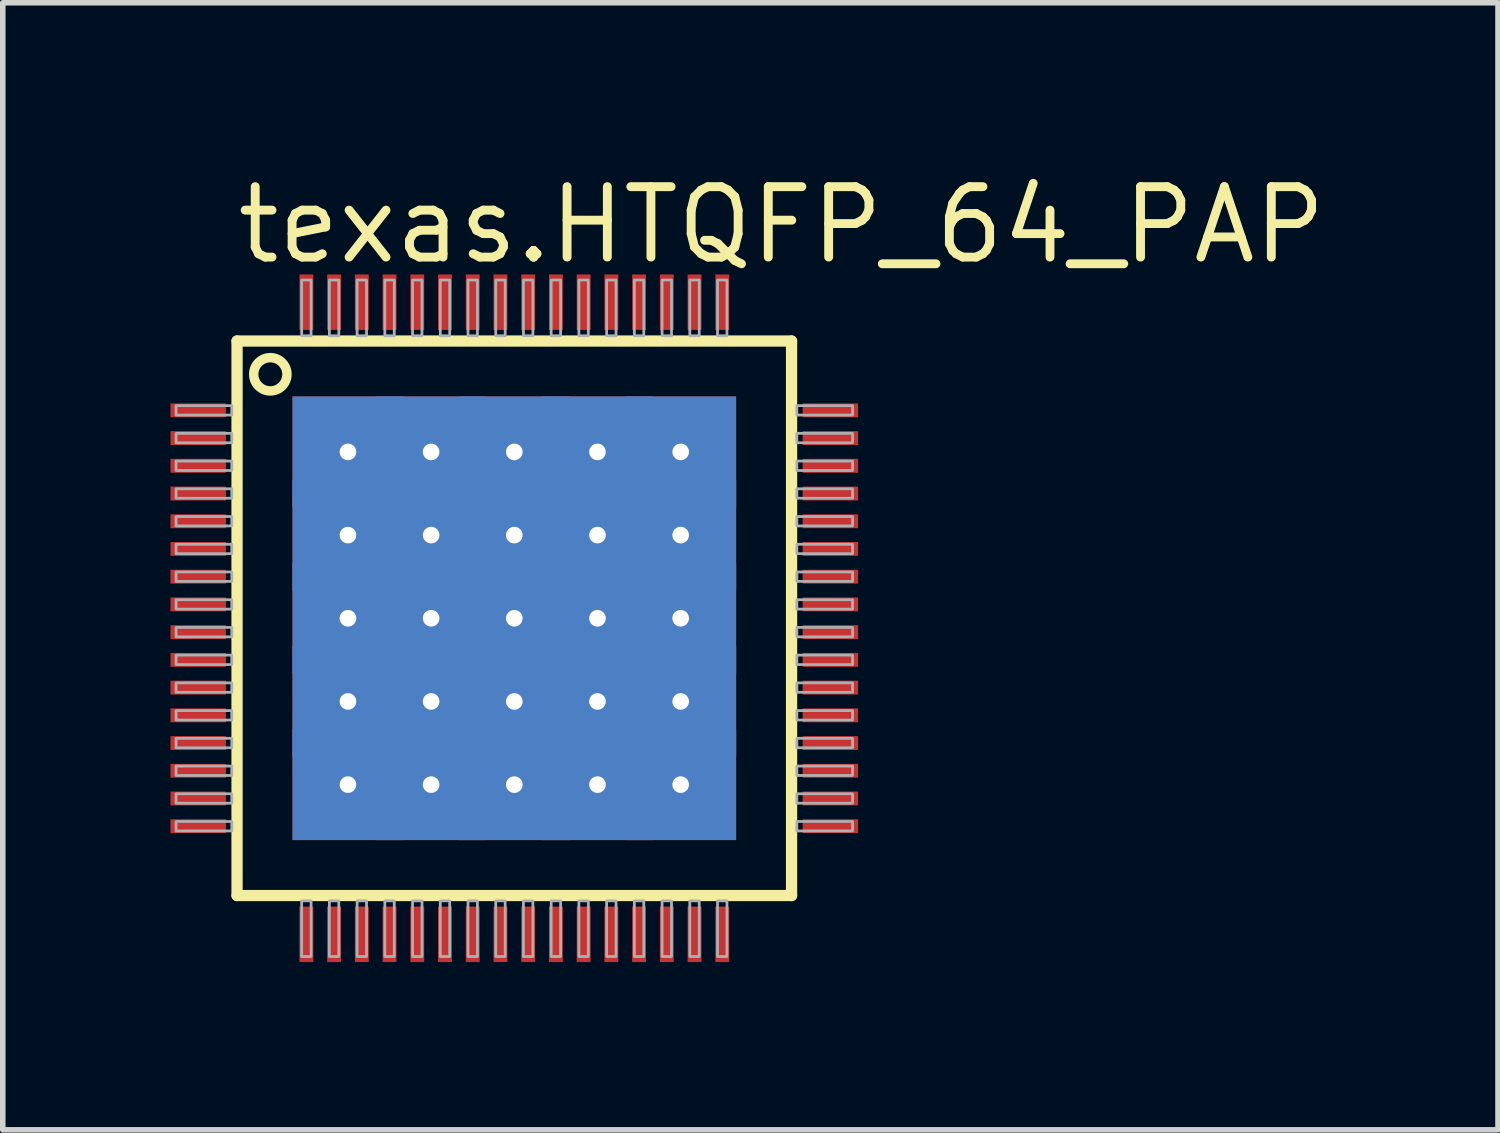
<source format=kicad_pcb>
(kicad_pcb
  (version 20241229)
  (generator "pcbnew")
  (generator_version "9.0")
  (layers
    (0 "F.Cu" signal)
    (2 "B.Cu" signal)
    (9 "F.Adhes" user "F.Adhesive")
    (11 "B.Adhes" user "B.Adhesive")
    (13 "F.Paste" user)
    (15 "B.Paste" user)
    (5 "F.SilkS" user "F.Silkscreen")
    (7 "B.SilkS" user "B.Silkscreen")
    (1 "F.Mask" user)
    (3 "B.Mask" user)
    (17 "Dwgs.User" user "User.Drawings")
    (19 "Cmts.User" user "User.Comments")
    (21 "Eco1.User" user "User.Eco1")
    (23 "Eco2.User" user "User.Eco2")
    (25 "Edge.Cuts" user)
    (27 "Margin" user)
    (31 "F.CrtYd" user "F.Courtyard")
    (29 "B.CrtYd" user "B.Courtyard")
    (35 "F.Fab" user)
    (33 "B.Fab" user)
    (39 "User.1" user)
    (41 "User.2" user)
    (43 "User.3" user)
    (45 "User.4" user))
  (footprint "texas.HTQFP_64_PAP"
    (layer "F.Cu")
    (at 6.225 8.1)
    (property "Reference" "texas.HTQFP_64_PAP" (at -5.08 -6.35 0) (layer "F.SilkS") (effects (font (size 1.27 1.27) (thickness 0.16)) (justify left bottom)))
    (attr smd)
    (fp_rect (start -6.2 -3.625) (end -5.2 -3.875) (stroke (width 0.05) (type default)) (fill yes) (layer "F.Mask"))
    (fp_rect (start -6.2 -3.125) (end -5.2 -3.375) (stroke (width 0.05) (type default)) (fill yes) (layer "F.Mask"))
    (fp_rect (start -6.2 -2.625) (end -5.2 -2.875) (stroke (width 0.05) (type default)) (fill yes) (layer "F.Mask"))
    (fp_rect (start -6.2 -2.125) (end -5.2 -2.375) (stroke (width 0.05) (type default)) (fill yes) (layer "F.Mask"))
    (fp_rect (start -6.2 -1.625) (end -5.2 -1.875) (stroke (width 0.05) (type default)) (fill yes) (layer "F.Mask"))
    (fp_rect (start -6.2 -1.125) (end -5.2 -1.375) (stroke (width 0.05) (type default)) (fill yes) (layer "F.Mask"))
    (fp_rect (start -6.2 -0.625) (end -5.2 -0.875) (stroke (width 0.05) (type default)) (fill yes) (layer "F.Mask"))
    (fp_rect (start -6.2 -0.125) (end -5.2 -0.375) (stroke (width 0.05) (type default)) (fill yes) (layer "F.Mask"))
    (fp_rect (start -6.2 0.375) (end -5.2 0.125) (stroke (width 0.05) (type default)) (fill yes) (layer "F.Mask"))
    (fp_rect (start -6.2 0.875) (end -5.2 0.625) (stroke (width 0.05) (type default)) (fill yes) (layer "F.Mask"))
    (fp_rect (start -6.2 1.375) (end -5.2 1.125) (stroke (width 0.05) (type default)) (fill yes) (layer "F.Mask"))
    (fp_rect (start -6.2 1.875) (end -5.2 1.625) (stroke (width 0.05) (type default)) (fill yes) (layer "F.Mask"))
    (fp_rect (start -6.2 2.375) (end -5.2 2.125) (stroke (width 0.05) (type default)) (fill yes) (layer "F.Mask"))
    (fp_rect (start -6.2 2.875) (end -5.2 2.625) (stroke (width 0.05) (type default)) (fill yes) (layer "F.Mask"))
    (fp_rect (start -6.2 3.375) (end -5.2 3.125) (stroke (width 0.05) (type default)) (fill yes) (layer "F.Mask"))
    (fp_rect (start -6.2 3.875) (end -5.2 3.625) (stroke (width 0.05) (type default)) (fill yes) (layer "F.Mask"))
    (fp_rect (start -4 4) (end 4 -4) (stroke (width 0.05) (type default)) (fill yes) (layer "F.Mask"))
    (fp_rect (start -3.875 -5.2) (end -3.625 -6.2) (stroke (width 0.05) (type default)) (fill yes) (layer "F.Mask"))
    (fp_rect (start -3.875 6.2) (end -3.625 5.2) (stroke (width 0.05) (type default)) (fill yes) (layer "F.Mask"))
    (fp_rect (start -3.375 -5.2) (end -3.125 -6.2) (stroke (width 0.05) (type default)) (fill yes) (layer "F.Mask"))
    (fp_rect (start -3.375 6.2) (end -3.125 5.2) (stroke (width 0.05) (type default)) (fill yes) (layer "F.Mask"))
    (fp_rect (start -2.875 -5.2) (end -2.625 -6.2) (stroke (width 0.05) (type default)) (fill yes) (layer "F.Mask"))
    (fp_rect (start -2.875 6.2) (end -2.625 5.2) (stroke (width 0.05) (type default)) (fill yes) (layer "F.Mask"))
    (fp_rect (start -2.375 -5.2) (end -2.125 -6.2) (stroke (width 0.05) (type default)) (fill yes) (layer "F.Mask"))
    (fp_rect (start -2.375 6.2) (end -2.125 5.2) (stroke (width 0.05) (type default)) (fill yes) (layer "F.Mask"))
    (fp_rect (start -1.875 -5.2) (end -1.625 -6.2) (stroke (width 0.05) (type default)) (fill yes) (layer "F.Mask"))
    (fp_rect (start -1.875 6.2) (end -1.625 5.2) (stroke (width 0.05) (type default)) (fill yes) (layer "F.Mask"))
    (fp_rect (start -1.375 -5.2) (end -1.125 -6.2) (stroke (width 0.05) (type default)) (fill yes) (layer "F.Mask"))
    (fp_rect (start -1.375 6.2) (end -1.125 5.2) (stroke (width 0.05) (type default)) (fill yes) (layer "F.Mask"))
    (fp_rect (start -0.875 -5.2) (end -0.625 -6.2) (stroke (width 0.05) (type default)) (fill yes) (layer "F.Mask"))
    (fp_rect (start -0.875 6.2) (end -0.625 5.2) (stroke (width 0.05) (type default)) (fill yes) (layer "F.Mask"))
    (fp_rect (start -0.375 -5.2) (end -0.125 -6.2) (stroke (width 0.05) (type default)) (fill yes) (layer "F.Mask"))
    (fp_rect (start -0.375 6.2) (end -0.125 5.2) (stroke (width 0.05) (type default)) (fill yes) (layer "F.Mask"))
    (fp_rect (start 0.125 -5.2) (end 0.375 -6.2) (stroke (width 0.05) (type default)) (fill yes) (layer "F.Mask"))
    (fp_rect (start 0.125 6.2) (end 0.375 5.2) (stroke (width 0.05) (type default)) (fill yes) (layer "F.Mask"))
    (fp_rect (start 0.625 -5.2) (end 0.875 -6.2) (stroke (width 0.05) (type default)) (fill yes) (layer "F.Mask"))
    (fp_rect (start 0.625 6.2) (end 0.875 5.2) (stroke (width 0.05) (type default)) (fill yes) (layer "F.Mask"))
    (fp_rect (start 1.125 -5.2) (end 1.375 -6.2) (stroke (width 0.05) (type default)) (fill yes) (layer "F.Mask"))
    (fp_rect (start 1.125 6.2) (end 1.375 5.2) (stroke (width 0.05) (type default)) (fill yes) (layer "F.Mask"))
    (fp_rect (start 1.625 -5.2) (end 1.875 -6.2) (stroke (width 0.05) (type default)) (fill yes) (layer "F.Mask"))
    (fp_rect (start 1.625 6.2) (end 1.875 5.2) (stroke (width 0.05) (type default)) (fill yes) (layer "F.Mask"))
    (fp_rect (start 2.125 -5.2) (end 2.375 -6.2) (stroke (width 0.05) (type default)) (fill yes) (layer "F.Mask"))
    (fp_rect (start 2.125 6.2) (end 2.375 5.2) (stroke (width 0.05) (type default)) (fill yes) (layer "F.Mask"))
    (fp_rect (start 2.625 -5.2) (end 2.875 -6.2) (stroke (width 0.05) (type default)) (fill yes) (layer "F.Mask"))
    (fp_rect (start 2.625 6.2) (end 2.875 5.2) (stroke (width 0.05) (type default)) (fill yes) (layer "F.Mask"))
    (fp_rect (start 3.125 -5.2) (end 3.375 -6.2) (stroke (width 0.05) (type default)) (fill yes) (layer "F.Mask"))
    (fp_rect (start 3.125 6.2) (end 3.375 5.2) (stroke (width 0.05) (type default)) (fill yes) (layer "F.Mask"))
    (fp_rect (start 3.625 -5.2) (end 3.875 -6.2) (stroke (width 0.05) (type default)) (fill yes) (layer "F.Mask"))
    (fp_rect (start 3.625 6.2) (end 3.875 5.2) (stroke (width 0.05) (type default)) (fill yes) (layer "F.Mask"))
    (fp_rect (start 5.2 -3.625) (end 6.2 -3.875) (stroke (width 0.05) (type default)) (fill yes) (layer "F.Mask"))
    (fp_rect (start 5.2 -3.125) (end 6.2 -3.375) (stroke (width 0.05) (type default)) (fill yes) (layer "F.Mask"))
    (fp_rect (start 5.2 -2.625) (end 6.2 -2.875) (stroke (width 0.05) (type default)) (fill yes) (layer "F.Mask"))
    (fp_rect (start 5.2 -2.125) (end 6.2 -2.375) (stroke (width 0.05) (type default)) (fill yes) (layer "F.Mask"))
    (fp_rect (start 5.2 -1.625) (end 6.2 -1.875) (stroke (width 0.05) (type default)) (fill yes) (layer "F.Mask"))
    (fp_rect (start 5.2 -1.125) (end 6.2 -1.375) (stroke (width 0.05) (type default)) (fill yes) (layer "F.Mask"))
    (fp_rect (start 5.2 -0.625) (end 6.2 -0.875) (stroke (width 0.05) (type default)) (fill yes) (layer "F.Mask"))
    (fp_rect (start 5.2 -0.125) (end 6.2 -0.375) (stroke (width 0.05) (type default)) (fill yes) (layer "F.Mask"))
    (fp_rect (start 5.2 0.375) (end 6.2 0.125) (stroke (width 0.05) (type default)) (fill yes) (layer "F.Mask"))
    (fp_rect (start 5.2 0.875) (end 6.2 0.625) (stroke (width 0.05) (type default)) (fill yes) (layer "F.Mask"))
    (fp_rect (start 5.2 1.375) (end 6.2 1.125) (stroke (width 0.05) (type default)) (fill yes) (layer "F.Mask"))
    (fp_rect (start 5.2 1.875) (end 6.2 1.625) (stroke (width 0.05) (type default)) (fill yes) (layer "F.Mask"))
    (fp_rect (start 5.2 2.375) (end 6.2 2.125) (stroke (width 0.05) (type default)) (fill yes) (layer "F.Mask"))
    (fp_rect (start 5.2 2.875) (end 6.2 2.625) (stroke (width 0.05) (type default)) (fill yes) (layer "F.Mask"))
    (fp_rect (start 5.2 3.375) (end 6.2 3.125) (stroke (width 0.05) (type default)) (fill yes) (layer "F.Mask"))
    (fp_rect (start 5.2 3.875) (end 6.2 3.625) (stroke (width 0.05) (type default)) (fill yes) (layer "F.Mask"))
    (fp_line (start -5 -5) (end 5 -5) (stroke (width 0.203) (type default)) (layer "F.SilkS"))
    (fp_line (start -5 5) (end -5 -5) (stroke (width 0.203) (type default)) (layer "F.SilkS"))
    (fp_line (start 5 -5) (end 5 5) (stroke (width 0.203) (type default)) (layer "F.SilkS"))
    (fp_line (start 5 5) (end -5 5) (stroke (width 0.203) (type default)) (layer "F.SilkS"))
    (fp_circle (center -4.4 -4.4) (end -4.1 -4.4) (stroke (width 0.17) (type default)) (fill no) (layer "F.SilkS"))
    (fp_rect (start -6.2 -3.625) (end -5.2 -3.875) (stroke (width 0.05) (type default)) (fill yes) (layer "F.Paste"))
    (fp_rect (start -6.2 -3.125) (end -5.2 -3.375) (stroke (width 0.05) (type default)) (fill yes) (layer "F.Paste"))
    (fp_rect (start -6.2 -2.625) (end -5.2 -2.875) (stroke (width 0.05) (type default)) (fill yes) (layer "F.Paste"))
    (fp_rect (start -6.2 -2.125) (end -5.2 -2.375) (stroke (width 0.05) (type default)) (fill yes) (layer "F.Paste"))
    (fp_rect (start -6.2 -1.625) (end -5.2 -1.875) (stroke (width 0.05) (type default)) (fill yes) (layer "F.Paste"))
    (fp_rect (start -6.2 -1.125) (end -5.2 -1.375) (stroke (width 0.05) (type default)) (fill yes) (layer "F.Paste"))
    (fp_rect (start -6.2 -0.625) (end -5.2 -0.875) (stroke (width 0.05) (type default)) (fill yes) (layer "F.Paste"))
    (fp_rect (start -6.2 -0.125) (end -5.2 -0.375) (stroke (width 0.05) (type default)) (fill yes) (layer "F.Paste"))
    (fp_rect (start -6.2 0.375) (end -5.2 0.125) (stroke (width 0.05) (type default)) (fill yes) (layer "F.Paste"))
    (fp_rect (start -6.2 0.875) (end -5.2 0.625) (stroke (width 0.05) (type default)) (fill yes) (layer "F.Paste"))
    (fp_rect (start -6.2 1.375) (end -5.2 1.125) (stroke (width 0.05) (type default)) (fill yes) (layer "F.Paste"))
    (fp_rect (start -6.2 1.875) (end -5.2 1.625) (stroke (width 0.05) (type default)) (fill yes) (layer "F.Paste"))
    (fp_rect (start -6.2 2.375) (end -5.2 2.125) (stroke (width 0.05) (type default)) (fill yes) (layer "F.Paste"))
    (fp_rect (start -6.2 2.875) (end -5.2 2.625) (stroke (width 0.05) (type default)) (fill yes) (layer "F.Paste"))
    (fp_rect (start -6.2 3.375) (end -5.2 3.125) (stroke (width 0.05) (type default)) (fill yes) (layer "F.Paste"))
    (fp_rect (start -6.2 3.875) (end -5.2 3.625) (stroke (width 0.05) (type default)) (fill yes) (layer "F.Paste"))
    (fp_rect (start -3.875 -5.2) (end -3.625 -6.2) (stroke (width 0.05) (type default)) (fill yes) (layer "F.Paste"))
    (fp_rect (start -3.875 6.2) (end -3.625 5.2) (stroke (width 0.05) (type default)) (fill yes) (layer "F.Paste"))
    (fp_rect (start -3.375 -5.2) (end -3.125 -6.2) (stroke (width 0.05) (type default)) (fill yes) (layer "F.Paste"))
    (fp_rect (start -3.375 6.2) (end -3.125 5.2) (stroke (width 0.05) (type default)) (fill yes) (layer "F.Paste"))
    (fp_rect (start -2.875 -5.2) (end -2.625 -6.2) (stroke (width 0.05) (type default)) (fill yes) (layer "F.Paste"))
    (fp_rect (start -2.875 6.2) (end -2.625 5.2) (stroke (width 0.05) (type default)) (fill yes) (layer "F.Paste"))
    (fp_rect (start -2.375 -5.2) (end -2.125 -6.2) (stroke (width 0.05) (type default)) (fill yes) (layer "F.Paste"))
    (fp_rect (start -2.375 6.2) (end -2.125 5.2) (stroke (width 0.05) (type default)) (fill yes) (layer "F.Paste"))
    (fp_rect (start -1.875 -5.2) (end -1.625 -6.2) (stroke (width 0.05) (type default)) (fill yes) (layer "F.Paste"))
    (fp_rect (start -1.875 6.2) (end -1.625 5.2) (stroke (width 0.05) (type default)) (fill yes) (layer "F.Paste"))
    (fp_rect (start -1.375 -5.2) (end -1.125 -6.2) (stroke (width 0.05) (type default)) (fill yes) (layer "F.Paste"))
    (fp_rect (start -1.375 6.2) (end -1.125 5.2) (stroke (width 0.05) (type default)) (fill yes) (layer "F.Paste"))
    (fp_rect (start -0.875 -5.2) (end -0.625 -6.2) (stroke (width 0.05) (type default)) (fill yes) (layer "F.Paste"))
    (fp_rect (start -0.875 6.2) (end -0.625 5.2) (stroke (width 0.05) (type default)) (fill yes) (layer "F.Paste"))
    (fp_rect (start -0.375 -5.2) (end -0.125 -6.2) (stroke (width 0.05) (type default)) (fill yes) (layer "F.Paste"))
    (fp_rect (start -0.375 6.2) (end -0.125 5.2) (stroke (width 0.05) (type default)) (fill yes) (layer "F.Paste"))
    (fp_rect (start 0.125 -5.2) (end 0.375 -6.2) (stroke (width 0.05) (type default)) (fill yes) (layer "F.Paste"))
    (fp_rect (start 0.125 6.2) (end 0.375 5.2) (stroke (width 0.05) (type default)) (fill yes) (layer "F.Paste"))
    (fp_rect (start 0.625 -5.2) (end 0.875 -6.2) (stroke (width 0.05) (type default)) (fill yes) (layer "F.Paste"))
    (fp_rect (start 0.625 6.2) (end 0.875 5.2) (stroke (width 0.05) (type default)) (fill yes) (layer "F.Paste"))
    (fp_rect (start 1.125 -5.2) (end 1.375 -6.2) (stroke (width 0.05) (type default)) (fill yes) (layer "F.Paste"))
    (fp_rect (start 1.125 6.2) (end 1.375 5.2) (stroke (width 0.05) (type default)) (fill yes) (layer "F.Paste"))
    (fp_rect (start 1.625 -5.2) (end 1.875 -6.2) (stroke (width 0.05) (type default)) (fill yes) (layer "F.Paste"))
    (fp_rect (start 1.625 6.2) (end 1.875 5.2) (stroke (width 0.05) (type default)) (fill yes) (layer "F.Paste"))
    (fp_rect (start 2.125 -5.2) (end 2.375 -6.2) (stroke (width 0.05) (type default)) (fill yes) (layer "F.Paste"))
    (fp_rect (start 2.125 6.2) (end 2.375 5.2) (stroke (width 0.05) (type default)) (fill yes) (layer "F.Paste"))
    (fp_rect (start 2.625 -5.2) (end 2.875 -6.2) (stroke (width 0.05) (type default)) (fill yes) (layer "F.Paste"))
    (fp_rect (start 2.625 6.2) (end 2.875 5.2) (stroke (width 0.05) (type default)) (fill yes) (layer "F.Paste"))
    (fp_rect (start 3.125 -5.2) (end 3.375 -6.2) (stroke (width 0.05) (type default)) (fill yes) (layer "F.Paste"))
    (fp_rect (start 3.125 6.2) (end 3.375 5.2) (stroke (width 0.05) (type default)) (fill yes) (layer "F.Paste"))
    (fp_rect (start 3.625 -5.2) (end 3.875 -6.2) (stroke (width 0.05) (type default)) (fill yes) (layer "F.Paste"))
    (fp_rect (start 3.625 6.2) (end 3.875 5.2) (stroke (width 0.05) (type default)) (fill yes) (layer "F.Paste"))
    (fp_rect (start 5.2 -3.625) (end 6.2 -3.875) (stroke (width 0.05) (type default)) (fill yes) (layer "F.Paste"))
    (fp_rect (start 5.2 -3.125) (end 6.2 -3.375) (stroke (width 0.05) (type default)) (fill yes) (layer "F.Paste"))
    (fp_rect (start 5.2 -2.625) (end 6.2 -2.875) (stroke (width 0.05) (type default)) (fill yes) (layer "F.Paste"))
    (fp_rect (start 5.2 -2.125) (end 6.2 -2.375) (stroke (width 0.05) (type default)) (fill yes) (layer "F.Paste"))
    (fp_rect (start 5.2 -1.625) (end 6.2 -1.875) (stroke (width 0.05) (type default)) (fill yes) (layer "F.Paste"))
    (fp_rect (start 5.2 -1.125) (end 6.2 -1.375) (stroke (width 0.05) (type default)) (fill yes) (layer "F.Paste"))
    (fp_rect (start 5.2 -0.625) (end 6.2 -0.875) (stroke (width 0.05) (type default)) (fill yes) (layer "F.Paste"))
    (fp_rect (start 5.2 -0.125) (end 6.2 -0.375) (stroke (width 0.05) (type default)) (fill yes) (layer "F.Paste"))
    (fp_rect (start 5.2 0.375) (end 6.2 0.125) (stroke (width 0.05) (type default)) (fill yes) (layer "F.Paste"))
    (fp_rect (start 5.2 0.875) (end 6.2 0.625) (stroke (width 0.05) (type default)) (fill yes) (layer "F.Paste"))
    (fp_rect (start 5.2 1.375) (end 6.2 1.125) (stroke (width 0.05) (type default)) (fill yes) (layer "F.Paste"))
    (fp_rect (start 5.2 1.875) (end 6.2 1.625) (stroke (width 0.05) (type default)) (fill yes) (layer "F.Paste"))
    (fp_rect (start 5.2 2.375) (end 6.2 2.125) (stroke (width 0.05) (type default)) (fill yes) (layer "F.Paste"))
    (fp_rect (start 5.2 2.875) (end 6.2 2.625) (stroke (width 0.05) (type default)) (fill yes) (layer "F.Paste"))
    (fp_rect (start 5.2 3.375) (end 6.2 3.125) (stroke (width 0.05) (type default)) (fill yes) (layer "F.Paste"))
    (fp_rect (start 5.2 3.875) (end 6.2 3.625) (stroke (width 0.05) (type default)) (fill yes) (layer "F.Paste"))
    (fp_rect (start -6.1 -3.665) (end -5.095 -3.835) (stroke (width 0.05) (type default)) (fill no) (layer "F.Fab"))
    (fp_rect (start -6.1 -3.165) (end -5.095 -3.335) (stroke (width 0.05) (type default)) (fill no) (layer "F.Fab"))
    (fp_rect (start -6.1 -2.665) (end -5.095 -2.835) (stroke (width 0.05) (type default)) (fill no) (layer "F.Fab"))
    (fp_rect (start -6.1 -2.165) (end -5.095 -2.335) (stroke (width 0.05) (type default)) (fill no) (layer "F.Fab"))
    (fp_rect (start -6.1 -1.665) (end -5.095 -1.835) (stroke (width 0.05) (type default)) (fill no) (layer "F.Fab"))
    (fp_rect (start -6.1 -1.165) (end -5.095 -1.335) (stroke (width 0.05) (type default)) (fill no) (layer "F.Fab"))
    (fp_rect (start -6.1 -0.665) (end -5.095 -0.835) (stroke (width 0.05) (type default)) (fill no) (layer "F.Fab"))
    (fp_rect (start -6.1 -0.165) (end -5.095 -0.335) (stroke (width 0.05) (type default)) (fill no) (layer "F.Fab"))
    (fp_rect (start -6.1 0.335) (end -5.095 0.165) (stroke (width 0.05) (type default)) (fill no) (layer "F.Fab"))
    (fp_rect (start -6.1 0.835) (end -5.095 0.665) (stroke (width 0.05) (type default)) (fill no) (layer "F.Fab"))
    (fp_rect (start -6.1 1.335) (end -5.095 1.165) (stroke (width 0.05) (type default)) (fill no) (layer "F.Fab"))
    (fp_rect (start -6.1 1.835) (end -5.095 1.665) (stroke (width 0.05) (type default)) (fill no) (layer "F.Fab"))
    (fp_rect (start -6.1 2.335) (end -5.095 2.165) (stroke (width 0.05) (type default)) (fill no) (layer "F.Fab"))
    (fp_rect (start -6.1 2.835) (end -5.095 2.665) (stroke (width 0.05) (type default)) (fill no) (layer "F.Fab"))
    (fp_rect (start -6.1 3.335) (end -5.095 3.165) (stroke (width 0.05) (type default)) (fill no) (layer "F.Fab"))
    (fp_rect (start -6.1 3.835) (end -5.095 3.665) (stroke (width 0.05) (type default)) (fill no) (layer "F.Fab"))
    (fp_rect (start -3.835 -5.095) (end -3.665 -6.1) (stroke (width 0.05) (type default)) (fill no) (layer "F.Fab"))
    (fp_rect (start -3.835 6.1) (end -3.665 5.095) (stroke (width 0.05) (type default)) (fill no) (layer "F.Fab"))
    (fp_rect (start -3.335 -5.095) (end -3.165 -6.1) (stroke (width 0.05) (type default)) (fill no) (layer "F.Fab"))
    (fp_rect (start -3.335 6.1) (end -3.165 5.095) (stroke (width 0.05) (type default)) (fill no) (layer "F.Fab"))
    (fp_rect (start -2.835 -5.095) (end -2.665 -6.1) (stroke (width 0.05) (type default)) (fill no) (layer "F.Fab"))
    (fp_rect (start -2.835 6.1) (end -2.665 5.095) (stroke (width 0.05) (type default)) (fill no) (layer "F.Fab"))
    (fp_rect (start -2.335 -5.095) (end -2.165 -6.1) (stroke (width 0.05) (type default)) (fill no) (layer "F.Fab"))
    (fp_rect (start -2.335 6.1) (end -2.165 5.095) (stroke (width 0.05) (type default)) (fill no) (layer "F.Fab"))
    (fp_rect (start -1.835 -5.095) (end -1.665 -6.1) (stroke (width 0.05) (type default)) (fill no) (layer "F.Fab"))
    (fp_rect (start -1.835 6.1) (end -1.665 5.095) (stroke (width 0.05) (type default)) (fill no) (layer "F.Fab"))
    (fp_rect (start -1.335 -5.095) (end -1.165 -6.1) (stroke (width 0.05) (type default)) (fill no) (layer "F.Fab"))
    (fp_rect (start -1.335 6.1) (end -1.165 5.095) (stroke (width 0.05) (type default)) (fill no) (layer "F.Fab"))
    (fp_rect (start -0.835 -5.095) (end -0.665 -6.1) (stroke (width 0.05) (type default)) (fill no) (layer "F.Fab"))
    (fp_rect (start -0.835 6.1) (end -0.665 5.095) (stroke (width 0.05) (type default)) (fill no) (layer "F.Fab"))
    (fp_rect (start -0.335 -5.095) (end -0.165 -6.1) (stroke (width 0.05) (type default)) (fill no) (layer "F.Fab"))
    (fp_rect (start -0.335 6.1) (end -0.165 5.095) (stroke (width 0.05) (type default)) (fill no) (layer "F.Fab"))
    (fp_rect (start 0.165 -5.095) (end 0.335 -6.1) (stroke (width 0.05) (type default)) (fill no) (layer "F.Fab"))
    (fp_rect (start 0.165 6.1) (end 0.335 5.095) (stroke (width 0.05) (type default)) (fill no) (layer "F.Fab"))
    (fp_rect (start 0.665 -5.095) (end 0.835 -6.1) (stroke (width 0.05) (type default)) (fill no) (layer "F.Fab"))
    (fp_rect (start 0.665 6.1) (end 0.835 5.095) (stroke (width 0.05) (type default)) (fill no) (layer "F.Fab"))
    (fp_rect (start 1.165 -5.095) (end 1.335 -6.1) (stroke (width 0.05) (type default)) (fill no) (layer "F.Fab"))
    (fp_rect (start 1.165 6.1) (end 1.335 5.095) (stroke (width 0.05) (type default)) (fill no) (layer "F.Fab"))
    (fp_rect (start 1.665 -5.095) (end 1.835 -6.1) (stroke (width 0.05) (type default)) (fill no) (layer "F.Fab"))
    (fp_rect (start 1.665 6.1) (end 1.835 5.095) (stroke (width 0.05) (type default)) (fill no) (layer "F.Fab"))
    (fp_rect (start 2.165 -5.095) (end 2.335 -6.1) (stroke (width 0.05) (type default)) (fill no) (layer "F.Fab"))
    (fp_rect (start 2.165 6.1) (end 2.335 5.095) (stroke (width 0.05) (type default)) (fill no) (layer "F.Fab"))
    (fp_rect (start 2.665 -5.095) (end 2.835 -6.1) (stroke (width 0.05) (type default)) (fill no) (layer "F.Fab"))
    (fp_rect (start 2.665 6.1) (end 2.835 5.095) (stroke (width 0.05) (type default)) (fill no) (layer "F.Fab"))
    (fp_rect (start 3.165 -5.095) (end 3.335 -6.1) (stroke (width 0.05) (type default)) (fill no) (layer "F.Fab"))
    (fp_rect (start 3.165 6.1) (end 3.335 5.095) (stroke (width 0.05) (type default)) (fill no) (layer "F.Fab"))
    (fp_rect (start 3.665 -5.095) (end 3.835 -6.1) (stroke (width 0.05) (type default)) (fill no) (layer "F.Fab"))
    (fp_rect (start 3.665 6.1) (end 3.835 5.095) (stroke (width 0.05) (type default)) (fill no) (layer "F.Fab"))
    (fp_rect (start 5.095 -3.665) (end 6.1 -3.835) (stroke (width 0.05) (type default)) (fill no) (layer "F.Fab"))
    (fp_rect (start 5.095 -3.165) (end 6.1 -3.335) (stroke (width 0.05) (type default)) (fill no) (layer "F.Fab"))
    (fp_rect (start 5.095 -2.665) (end 6.1 -2.835) (stroke (width 0.05) (type default)) (fill no) (layer "F.Fab"))
    (fp_rect (start 5.095 -2.165) (end 6.1 -2.335) (stroke (width 0.05) (type default)) (fill no) (layer "F.Fab"))
    (fp_rect (start 5.095 -1.665) (end 6.1 -1.835) (stroke (width 0.05) (type default)) (fill no) (layer "F.Fab"))
    (fp_rect (start 5.095 -1.165) (end 6.1 -1.335) (stroke (width 0.05) (type default)) (fill no) (layer "F.Fab"))
    (fp_rect (start 5.095 -0.665) (end 6.1 -0.835) (stroke (width 0.05) (type default)) (fill no) (layer "F.Fab"))
    (fp_rect (start 5.095 -0.165) (end 6.1 -0.335) (stroke (width 0.05) (type default)) (fill no) (layer "F.Fab"))
    (fp_rect (start 5.095 0.335) (end 6.1 0.165) (stroke (width 0.05) (type default)) (fill no) (layer "F.Fab"))
    (fp_rect (start 5.095 0.835) (end 6.1 0.665) (stroke (width 0.05) (type default)) (fill no) (layer "F.Fab"))
    (fp_rect (start 5.095 1.335) (end 6.1 1.165) (stroke (width 0.05) (type default)) (fill no) (layer "F.Fab"))
    (fp_rect (start 5.095 1.835) (end 6.1 1.665) (stroke (width 0.05) (type default)) (fill no) (layer "F.Fab"))
    (fp_rect (start 5.095 2.335) (end 6.1 2.165) (stroke (width 0.05) (type default)) (fill no) (layer "F.Fab"))
    (fp_rect (start 5.095 2.835) (end 6.1 2.665) (stroke (width 0.05) (type default)) (fill no) (layer "F.Fab"))
    (fp_rect (start 5.095 3.335) (end 6.1 3.165) (stroke (width 0.05) (type default)) (fill no) (layer "F.Fab"))
    (fp_rect (start 5.095 3.835) (end 6.1 3.665) (stroke (width 0.05) (type default)) (fill no) (layer "F.Fab"))
    (pad "1" smd roundrect (at -5.7 -3.75) (size 1 0.25) (layers "F.Cu" "F.Mask" "F.Paste") (roundrect_rratio 0.01))
    (pad "2" smd roundrect (at -5.7 -3.25) (size 1 0.25) (layers "F.Cu" "F.Mask" "F.Paste") (roundrect_rratio 0.01))
    (pad "3" smd roundrect (at -5.7 -2.75) (size 1 0.25) (layers "F.Cu" "F.Mask" "F.Paste") (roundrect_rratio 0.01))
    (pad "4" smd roundrect (at -5.7 -2.25) (size 1 0.25) (layers "F.Cu" "F.Mask" "F.Paste") (roundrect_rratio 0.01))
    (pad "5" smd roundrect (at -5.7 -1.75) (size 1 0.25) (layers "F.Cu" "F.Mask" "F.Paste") (roundrect_rratio 0.01))
    (pad "6" smd roundrect (at -5.7 -1.25) (size 1 0.25) (layers "F.Cu" "F.Mask" "F.Paste") (roundrect_rratio 0.01))
    (pad "7" smd roundrect (at -5.7 -0.75) (size 1 0.25) (layers "F.Cu" "F.Mask" "F.Paste") (roundrect_rratio 0.01))
    (pad "8" smd roundrect (at -5.7 -0.25) (size 1 0.25) (layers "F.Cu" "F.Mask" "F.Paste") (roundrect_rratio 0.01))
    (pad "9" smd roundrect (at -5.7 0.25) (size 1 0.25) (layers "F.Cu" "F.Mask" "F.Paste") (roundrect_rratio 0.01))
    (pad "10" smd roundrect (at -5.7 0.75) (size 1 0.25) (layers "F.Cu" "F.Mask" "F.Paste") (roundrect_rratio 0.01))
    (pad "11" smd roundrect (at -5.7 1.25) (size 1 0.25) (layers "F.Cu" "F.Mask" "F.Paste") (roundrect_rratio 0.01))
    (pad "12" smd roundrect (at -5.7 1.75) (size 1 0.25) (layers "F.Cu" "F.Mask" "F.Paste") (roundrect_rratio 0.01))
    (pad "13" smd roundrect (at -5.7 2.25) (size 1 0.25) (layers "F.Cu" "F.Mask" "F.Paste") (roundrect_rratio 0.01))
    (pad "14" smd roundrect (at -5.7 2.75) (size 1 0.25) (layers "F.Cu" "F.Mask" "F.Paste") (roundrect_rratio 0.01))
    (pad "15" smd roundrect (at -5.7 3.25) (size 1 0.25) (layers "F.Cu" "F.Mask" "F.Paste") (roundrect_rratio 0.01))
    (pad "16" smd roundrect (at -5.7 3.75) (size 1 0.25) (layers "F.Cu" "F.Mask" "F.Paste") (roundrect_rratio 0.01))
    (pad "17" smd roundrect (at -3.75 5.7 90) (size 1 0.25) (layers "F.Cu" "F.Mask" "F.Paste") (roundrect_rratio 0.01))
    (pad "18" smd roundrect (at -3.25 5.7 90) (size 1 0.25) (layers "F.Cu" "F.Mask" "F.Paste") (roundrect_rratio 0.01))
    (pad "19" smd roundrect (at -2.75 5.7 90) (size 1 0.25) (layers "F.Cu" "F.Mask" "F.Paste") (roundrect_rratio 0.01))
    (pad "20" smd roundrect (at -2.25 5.7 90) (size 1 0.25) (layers "F.Cu" "F.Mask" "F.Paste") (roundrect_rratio 0.01))
    (pad "21" smd roundrect (at -1.75 5.7 90) (size 1 0.25) (layers "F.Cu" "F.Mask" "F.Paste") (roundrect_rratio 0.01))
    (pad "22" smd roundrect (at -1.25 5.7 90) (size 1 0.25) (layers "F.Cu" "F.Mask" "F.Paste") (roundrect_rratio 0.01))
    (pad "23" smd roundrect (at -0.75 5.7 90) (size 1 0.25) (layers "F.Cu" "F.Mask" "F.Paste") (roundrect_rratio 0.01))
    (pad "24" smd roundrect (at -0.25 5.7 90) (size 1 0.25) (layers "F.Cu" "F.Mask" "F.Paste") (roundrect_rratio 0.01))
    (pad "25" smd roundrect (at 0.25 5.7 90) (size 1 0.25) (layers "F.Cu" "F.Mask" "F.Paste") (roundrect_rratio 0.01))
    (pad "26" smd roundrect (at 0.75 5.7 90) (size 1 0.25) (layers "F.Cu" "F.Mask" "F.Paste") (roundrect_rratio 0.01))
    (pad "27" smd roundrect (at 1.25 5.7 90) (size 1 0.25) (layers "F.Cu" "F.Mask" "F.Paste") (roundrect_rratio 0.01))
    (pad "28" smd roundrect (at 1.75 5.7 90) (size 1 0.25) (layers "F.Cu" "F.Mask" "F.Paste") (roundrect_rratio 0.01))
    (pad "29" smd roundrect (at 2.25 5.7 90) (size 1 0.25) (layers "F.Cu" "F.Mask" "F.Paste") (roundrect_rratio 0.01))
    (pad "30" smd roundrect (at 2.75 5.7 90) (size 1 0.25) (layers "F.Cu" "F.Mask" "F.Paste") (roundrect_rratio 0.01))
    (pad "31" smd roundrect (at 3.25 5.7 90) (size 1 0.25) (layers "F.Cu" "F.Mask" "F.Paste") (roundrect_rratio 0.01))
    (pad "32" smd roundrect (at 3.75 5.7 90) (size 1 0.25) (layers "F.Cu" "F.Mask" "F.Paste") (roundrect_rratio 0.01))
    (pad "33" smd roundrect (at 5.7 3.75 180) (size 1 0.25) (layers "F.Cu" "F.Mask" "F.Paste") (roundrect_rratio 0.01))
    (pad "34" smd roundrect (at 5.7 3.25 180) (size 1 0.25) (layers "F.Cu" "F.Mask" "F.Paste") (roundrect_rratio 0.01))
    (pad "35" smd roundrect (at 5.7 2.75 180) (size 1 0.25) (layers "F.Cu" "F.Mask" "F.Paste") (roundrect_rratio 0.01))
    (pad "36" smd roundrect (at 5.7 2.25 180) (size 1 0.25) (layers "F.Cu" "F.Mask" "F.Paste") (roundrect_rratio 0.01))
    (pad "37" smd roundrect (at 5.7 1.75 180) (size 1 0.25) (layers "F.Cu" "F.Mask" "F.Paste") (roundrect_rratio 0.01))
    (pad "38" smd roundrect (at 5.7 1.25 180) (size 1 0.25) (layers "F.Cu" "F.Mask" "F.Paste") (roundrect_rratio 0.01))
    (pad "39" smd roundrect (at 5.7 0.75 180) (size 1 0.25) (layers "F.Cu" "F.Mask" "F.Paste") (roundrect_rratio 0.01))
    (pad "40" smd roundrect (at 5.7 0.25 180) (size 1 0.25) (layers "F.Cu" "F.Mask" "F.Paste") (roundrect_rratio 0.01))
    (pad "41" smd roundrect (at 5.7 -0.25 180) (size 1 0.25) (layers "F.Cu" "F.Mask" "F.Paste") (roundrect_rratio 0.01))
    (pad "42" smd roundrect (at 5.7 -0.75 180) (size 1 0.25) (layers "F.Cu" "F.Mask" "F.Paste") (roundrect_rratio 0.01))
    (pad "43" smd roundrect (at 5.7 -1.25 180) (size 1 0.25) (layers "F.Cu" "F.Mask" "F.Paste") (roundrect_rratio 0.01))
    (pad "44" smd roundrect (at 5.7 -1.75 180) (size 1 0.25) (layers "F.Cu" "F.Mask" "F.Paste") (roundrect_rratio 0.01))
    (pad "45" smd roundrect (at 5.7 -2.25 180) (size 1 0.25) (layers "F.Cu" "F.Mask" "F.Paste") (roundrect_rratio 0.01))
    (pad "46" smd roundrect (at 5.7 -2.75 180) (size 1 0.25) (layers "F.Cu" "F.Mask" "F.Paste") (roundrect_rratio 0.01))
    (pad "47" smd roundrect (at 5.7 -3.25 180) (size 1 0.25) (layers "F.Cu" "F.Mask" "F.Paste") (roundrect_rratio 0.01))
    (pad "48" smd roundrect (at 5.7 -3.75 180) (size 1 0.25) (layers "F.Cu" "F.Mask" "F.Paste") (roundrect_rratio 0.01))
    (pad "49" smd roundrect (at 3.75 -5.7 270) (size 1 0.25) (layers "F.Cu" "F.Mask" "F.Paste") (roundrect_rratio 0.01))
    (pad "50" smd roundrect (at 3.25 -5.7 270) (size 1 0.25) (layers "F.Cu" "F.Mask" "F.Paste") (roundrect_rratio 0.01))
    (pad "51" smd roundrect (at 2.75 -5.7 270) (size 1 0.25) (layers "F.Cu" "F.Mask" "F.Paste") (roundrect_rratio 0.01))
    (pad "52" smd roundrect (at 2.25 -5.7 270) (size 1 0.25) (layers "F.Cu" "F.Mask" "F.Paste") (roundrect_rratio 0.01))
    (pad "53" smd roundrect (at 1.75 -5.7 270) (size 1 0.25) (layers "F.Cu" "F.Mask" "F.Paste") (roundrect_rratio 0.01))
    (pad "54" smd roundrect (at 1.25 -5.7 270) (size 1 0.25) (layers "F.Cu" "F.Mask" "F.Paste") (roundrect_rratio 0.01))
    (pad "55" smd roundrect (at 0.75 -5.7 270) (size 1 0.25) (layers "F.Cu" "F.Mask" "F.Paste") (roundrect_rratio 0.01))
    (pad "56" smd roundrect (at 0.25 -5.7 270) (size 1 0.25) (layers "F.Cu" "F.Mask" "F.Paste") (roundrect_rratio 0.01))
    (pad "57" smd roundrect (at -0.25 -5.7 270) (size 1 0.25) (layers "F.Cu" "F.Mask" "F.Paste") (roundrect_rratio 0.01))
    (pad "58" smd roundrect (at -0.75 -5.7 270) (size 1 0.25) (layers "F.Cu" "F.Mask" "F.Paste") (roundrect_rratio 0.01))
    (pad "59" smd roundrect (at -1.25 -5.7 270) (size 1 0.25) (layers "F.Cu" "F.Mask" "F.Paste") (roundrect_rratio 0.01))
    (pad "60" smd roundrect (at -1.75 -5.7 270) (size 1 0.25) (layers "F.Cu" "F.Mask" "F.Paste") (roundrect_rratio 0.01))
    (pad "61" smd roundrect (at -2.25 -5.7 270) (size 1 0.25) (layers "F.Cu" "F.Mask" "F.Paste") (roundrect_rratio 0.01))
    (pad "62" smd roundrect (at -2.75 -5.7 270) (size 1 0.25) (layers "F.Cu" "F.Mask" "F.Paste") (roundrect_rratio 0.01))
    (pad "63" smd roundrect (at -3.25 -5.7 270) (size 1 0.25) (layers "F.Cu" "F.Mask" "F.Paste") (roundrect_rratio 0.01))
    (pad "64" smd roundrect (at -3.75 -5.7 270) (size 1 0.25) (layers "F.Cu" "F.Mask" "F.Paste") (roundrect_rratio 0.01))
    (pad "EXP1" thru_hole rect (at -3 -3) (size 2 2) (drill 0.3) (layers "*.Cu" "*.Mask"))
    (pad "EXP2" thru_hole rect (at -1.5 -3) (size 2 2) (drill 0.3) (layers "*.Cu" "*.Mask"))
    (pad "EXP3" thru_hole rect (at 0 -3) (size 2 2) (drill 0.3) (layers "*.Cu" "*.Mask"))
    (pad "EXP4" thru_hole rect (at 1.5 -3) (size 2 2) (drill 0.3) (layers "*.Cu" "*.Mask"))
    (pad "EXP5" thru_hole rect (at 3 -3) (size 2 2) (drill 0.3) (layers "*.Cu" "*.Mask"))
    (pad "EXP6" thru_hole rect (at -3 -1.5) (size 2 2) (drill 0.3) (layers "*.Cu" "*.Mask"))
    (pad "EXP7" thru_hole rect (at -1.5 -1.5) (size 2 2) (drill 0.3) (layers "*.Cu" "*.Mask"))
    (pad "EXP8" thru_hole rect (at 0 -1.5) (size 2 2) (drill 0.3) (layers "*.Cu" "*.Mask"))
    (pad "EXP9" thru_hole rect (at 1.5 -1.5) (size 2 2) (drill 0.3) (layers "*.Cu" "*.Mask"))
    (pad "EXP10" thru_hole rect (at 3 -1.5) (size 2 2) (drill 0.3) (layers "*.Cu" "*.Mask"))
    (pad "EXP11" thru_hole rect (at -3 0) (size 2 2) (drill 0.3) (layers "*.Cu" "*.Mask"))
    (pad "EXP12" thru_hole rect (at -1.5 0) (size 2 2) (drill 0.3) (layers "*.Cu" "*.Mask"))
    (pad "EXP13" thru_hole rect (at 0 0) (size 2 2) (drill 0.3) (layers "*.Cu" "*.Mask"))
    (pad "EXP14" thru_hole rect (at 1.5 0) (size 2 2) (drill 0.3) (layers "*.Cu" "*.Mask"))
    (pad "EXP15" thru_hole rect (at 3 0) (size 2 2) (drill 0.3) (layers "*.Cu" "*.Mask"))
    (pad "EXP16" thru_hole rect (at -3 1.5) (size 2 2) (drill 0.3) (layers "*.Cu" "*.Mask"))
    (pad "EXP17" thru_hole rect (at -1.5 1.5) (size 2 2) (drill 0.3) (layers "*.Cu" "*.Mask"))
    (pad "EXP18" thru_hole rect (at 0 1.5) (size 2 2) (drill 0.3) (layers "*.Cu" "*.Mask"))
    (pad "EXP19" thru_hole rect (at 1.5 1.5) (size 2 2) (drill 0.3) (layers "*.Cu" "*.Mask"))
    (pad "EXP20" thru_hole rect (at 3 1.5) (size 2 2) (drill 0.3) (layers "*.Cu" "*.Mask"))
    (pad "EXP21" thru_hole rect (at -3 3) (size 2 2) (drill 0.3) (layers "*.Cu" "*.Mask"))
    (pad "EXP22" thru_hole rect (at -1.5 3) (size 2 2) (drill 0.3) (layers "*.Cu" "*.Mask"))
    (pad "EXP23" thru_hole rect (at 0 3) (size 2 2) (drill 0.3) (layers "*.Cu" "*.Mask"))
    (pad "EXP24" thru_hole rect (at 1.5 3) (size 2 2) (drill 0.3) (layers "*.Cu" "*.Mask"))
    (pad "EXP25" thru_hole rect (at 3 3) (size 2 2) (drill 0.3) (layers "*.Cu" "*.Mask")))
  (gr_rect
    (start -3 -3)
    (end 23.965 17.325)
    (stroke (width 0.1) (type default))
    (fill no)
    (layer "Edge.Cuts")))
</source>
